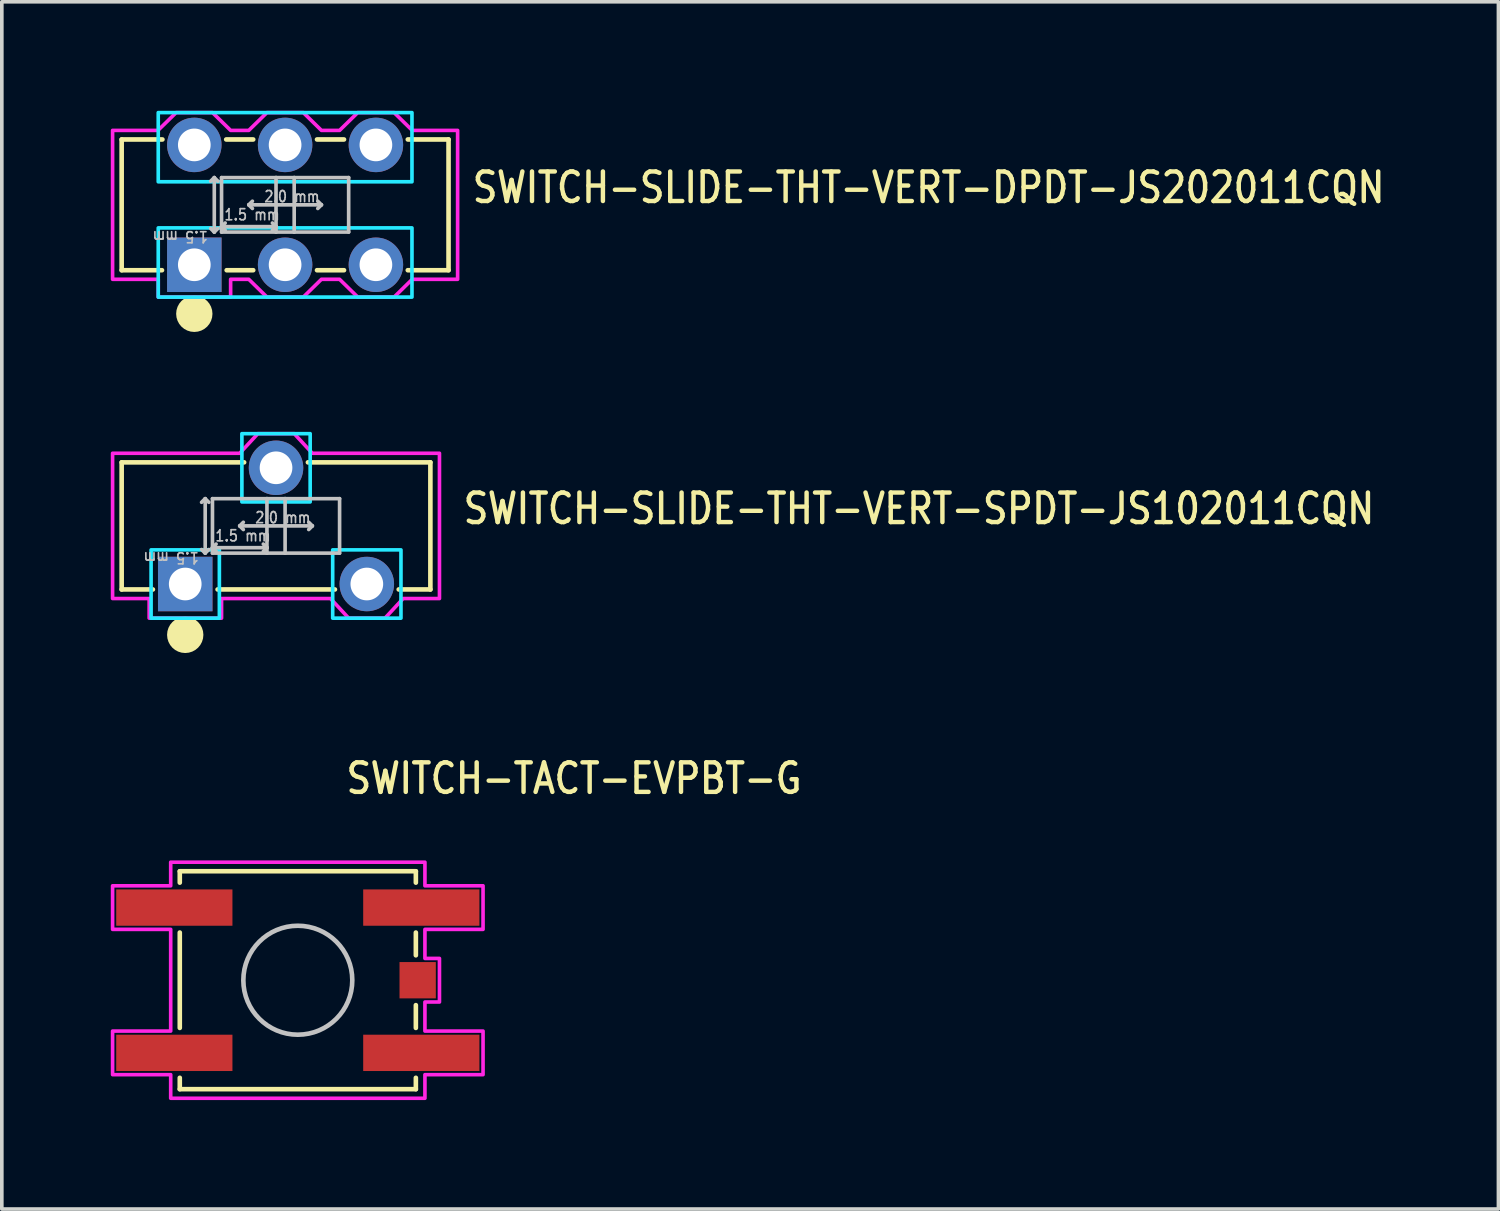
<source format=kicad_pcb>
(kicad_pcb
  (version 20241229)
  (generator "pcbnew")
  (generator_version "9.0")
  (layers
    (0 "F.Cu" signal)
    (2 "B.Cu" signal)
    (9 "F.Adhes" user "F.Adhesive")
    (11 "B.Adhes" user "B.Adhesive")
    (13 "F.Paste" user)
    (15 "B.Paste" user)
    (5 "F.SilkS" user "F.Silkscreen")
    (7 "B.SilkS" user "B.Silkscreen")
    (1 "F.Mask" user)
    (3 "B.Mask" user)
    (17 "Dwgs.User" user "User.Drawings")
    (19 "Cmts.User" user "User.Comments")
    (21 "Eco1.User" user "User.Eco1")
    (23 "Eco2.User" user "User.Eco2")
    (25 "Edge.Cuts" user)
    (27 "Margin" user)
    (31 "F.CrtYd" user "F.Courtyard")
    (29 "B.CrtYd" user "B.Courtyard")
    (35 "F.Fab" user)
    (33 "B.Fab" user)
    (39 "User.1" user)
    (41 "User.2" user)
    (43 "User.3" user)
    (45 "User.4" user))
  (footprint "SWITCH-SLIDE-THT-VERT-DPDT-JS202011CQN"
    (layer "F.Cu")
    (at 4.8 2.59)
    (property "Reference" "SWITCH-SLIDE-THT-VERT-DPDT-JS202011CQN" (at 5.096 0 0) (unlocked yes) (layer "F.SilkS") (effects (font (size 0.813 0.695) (thickness 0.122)) (justify left bottom)))
    (fp_line (start -4.5 -1.8) (end -4.5 1.8) (stroke (width 0.127) (type solid)) (layer "F.SilkS"))
    (fp_line (start -4.5 1.8) (end -3.39 1.8) (stroke (width 0.127) (type solid)) (layer "F.SilkS"))
    (fp_line (start -3.378 -1.8) (end -4.5 -1.8) (stroke (width 0.127) (type solid)) (layer "F.SilkS"))
    (fp_line (start -1.609 1.8) (end -0.878 1.8) (stroke (width 0.127) (type solid)) (layer "F.SilkS"))
    (fp_line (start -0.878 -1.8) (end -1.622 -1.8) (stroke (width 0.127) (type solid)) (layer "F.SilkS"))
    (fp_line (start 1.622 -1.8) (end 0.878 -1.8) (stroke (width 0.127) (type solid)) (layer "F.SilkS"))
    (fp_line (start 1.622 1.8) (end 0.878 1.8) (stroke (width 0.127) (type solid)) (layer "F.SilkS"))
    (fp_line (start 3.378 -1.8) (end 4.5 -1.8) (stroke (width 0.127) (type solid)) (layer "F.SilkS"))
    (fp_line (start 4.5 -1.8) (end 4.5 1.8) (stroke (width 0.127) (type solid)) (layer "F.SilkS"))
    (fp_line (start 4.5 1.8) (end 3.378 1.8) (stroke (width 0.127) (type solid)) (layer "F.SilkS"))
    (fp_circle (center -2.5 3) (end -2.5 3) (stroke (width 0.5) (type solid)) (fill no) (layer "F.SilkS"))
    (fp_line (start -1.95 -0.75) (end -2.05 -0.65) (stroke (width 0.1) (type solid)) (layer "Dwgs.User"))
    (fp_line (start -1.95 -0.75) (end -1.95 0.75) (stroke (width 0.1) (type solid)) (layer "Dwgs.User"))
    (fp_line (start -1.95 0.75) (end -2.05 0.65) (stroke (width 0.1) (type solid)) (layer "Dwgs.User"))
    (fp_line (start -1.95 0.75) (end -1.85 0.65) (stroke (width 0.1) (type solid)) (layer "Dwgs.User"))
    (fp_line (start -1.85 -0.65) (end -1.95 -0.75) (stroke (width 0.1) (type solid)) (layer "Dwgs.User"))
    (fp_line (start -1.75 -0.75) (end -0.25 -0.75) (stroke (width 0.1) (type solid)) (layer "Dwgs.User"))
    (fp_line (start -1.75 0.6) (end -1.75 -0.75) (stroke (width 0.1) (type solid)) (layer "Dwgs.User"))
    (fp_line (start -1.75 0.6) (end -1.65 0.5) (stroke (width 0.1) (type solid)) (layer "Dwgs.User"))
    (fp_line (start -1.75 0.6) (end -1.65 0.7) (stroke (width 0.1) (type solid)) (layer "Dwgs.User"))
    (fp_line (start -1.75 0.6) (end -0.25 0.6) (stroke (width 0.1) (type solid)) (layer "Dwgs.User"))
    (fp_line (start -1.75 0.75) (end -1.75 0.6) (stroke (width 0.1) (type solid)) (layer "Dwgs.User"))
    (fp_line (start -1 0) (end -0.9 -0.1) (stroke (width 0.1) (type solid)) (layer "Dwgs.User"))
    (fp_line (start -1 0) (end -0.9 0.1) (stroke (width 0.1) (type solid)) (layer "Dwgs.User"))
    (fp_line (start -0.25 -0.75) (end -0.25 0.6) (stroke (width 0.1) (type solid)) (layer "Dwgs.User"))
    (fp_line (start -0.25 -0.75) (end 0.25 -0.75) (stroke (width 0.1) (type solid)) (layer "Dwgs.User"))
    (fp_line (start -0.25 0.6) (end -0.35 0.5) (stroke (width 0.1) (type solid)) (layer "Dwgs.User"))
    (fp_line (start -0.25 0.6) (end -0.35 0.7) (stroke (width 0.1) (type solid)) (layer "Dwgs.User"))
    (fp_line (start -0.25 0.6) (end -0.25 0.75) (stroke (width 0.1) (type solid)) (layer "Dwgs.User"))
    (fp_line (start -0.25 0.75) (end -1.75 0.75) (stroke (width 0.1) (type solid)) (layer "Dwgs.User"))
    (fp_line (start 0.25 -0.75) (end 0.25 0.75) (stroke (width 0.1) (type solid)) (layer "Dwgs.User"))
    (fp_line (start 0.25 -0.75) (end 1.75 -0.75) (stroke (width 0.1) (type solid)) (layer "Dwgs.User"))
    (fp_line (start 0.25 0.75) (end -0.25 0.75) (stroke (width 0.1) (type solid)) (layer "Dwgs.User"))
    (fp_line (start 1 0) (end -1 0) (stroke (width 0.1) (type solid)) (layer "Dwgs.User"))
    (fp_line (start 1 0) (end 0.9 -0.1) (stroke (width 0.1) (type solid)) (layer "Dwgs.User"))
    (fp_line (start 1 0) (end 0.9 0.1) (stroke (width 0.1) (type solid)) (layer "Dwgs.User"))
    (fp_line (start 1.75 -0.75) (end 1.75 0.75) (stroke (width 0.1) (type solid)) (layer "Dwgs.User"))
    (fp_line (start 1.75 0.75) (end 0.25 0.75) (stroke (width 0.1) (type solid)) (layer "Dwgs.User"))
    (fp_poly (pts (xy -3.493 -2.54) (xy 3.493 -2.54) (xy 3.493 -0.635) (xy -3.493 -0.635)) (stroke (width 0.1) (type solid)) (fill no) (layer "B.CrtYd"))
    (fp_poly (pts (xy -3.493 0.635) (xy 3.493 0.635) (xy 3.493 2.54) (xy -3.493 2.54)) (stroke (width 0.1) (type solid)) (fill no) (layer "B.CrtYd"))
    (fp_poly (pts (xy -4.75 -2.05) (xy -3.5 -2.05) (xy -3 -2.54) (xy -2 -2.54) (xy -1.5 -2.05) (xy -1 -2.05) (xy -0.5 -2.54) (xy 0.5 -2.54) (xy 1 -2.05) (xy 1.5 -2.05) (xy 2 -2.54) (xy 3 -2.54) (xy 3.5 -2.05) (xy 4.75 -2.05) (xy 4.75 2.05) (xy 3.5 2.05) (xy 3 2.54) (xy 2 2.54) (xy 1.5 2.05) (xy 1 2.05) (xy 0.5 2.54) (xy -0.5 2.54) (xy -1 2.05) (xy -1.5 2.05) (xy -1.5 2.54) (xy -3.493 2.54) (xy -3.493 2.05) (xy -4.75 2.05)) (stroke (width 0.1) (type solid)) (fill no) (layer "F.CrtYd"))
    (fp_text user "1.5 mm" (at -2.1 0.7 180) (unlocked yes) (layer "Dwgs.User") (effects (font (size 0.305 0.261) (thickness 0.046)) (justify left bottom)))
    (fp_text user "2.0 mm" (at -0.6 -0.05 0) (unlocked yes) (layer "Dwgs.User") (effects (font (size 0.305 0.261) (thickness 0.046)) (justify left bottom)))
    (fp_text user "1.5 mm" (at -1.7 0.45 0) (unlocked yes) (layer "Dwgs.User") (effects (font (size 0.305 0.261) (thickness 0.046)) (justify left bottom)))
    (pad "1" thru_hole rect (at -2.5 1.65) (size 1.5 1.5) (drill 0.9) (layers "*.Cu" "*.Mask"))
    (pad "2" thru_hole oval (at 0 1.65) (size 1.5 1.5) (drill 0.9) (layers "*.Cu" "*.Mask"))
    (pad "3" thru_hole oval (at 2.5 1.65) (size 1.5 1.5) (drill 0.9) (layers "*.Cu" "*.Mask"))
    (pad "4" thru_hole oval (at -2.5 -1.65) (size 1.5 1.5) (drill 0.9) (layers "*.Cu" "*.Mask"))
    (pad "5" thru_hole oval (at 0 -1.65) (size 1.5 1.5) (drill 0.9) (layers "*.Cu" "*.Mask"))
    (pad "6" thru_hole oval (at 2.5 -1.65) (size 1.5 1.5) (drill 0.9) (layers "*.Cu" "*.Mask")))
  (footprint "SWITCH-TACT-EVPBT-G"
    (layer "F.Cu")
    (at 5.15 23.939)
    (property "Reference" "SWITCH-TACT-EVPBT-G" (at 1.27 -5.08 0) (unlocked yes) (layer "F.SilkS") (effects (font (size 0.813 0.695) (thickness 0.122)) (justify left bottom)))
    (fp_line (start -3.25 -3) (end -3.25 -2.687) (stroke (width 0.127) (type solid)) (layer "F.SilkS"))
    (fp_line (start -3.25 -3) (end 3.25 -3) (stroke (width 0.127) (type solid)) (layer "F.SilkS"))
    (fp_line (start -3.25 -1.313) (end -3.25 1.313) (stroke (width 0.127) (type solid)) (layer "F.SilkS"))
    (fp_line (start -3.25 3) (end -3.25 2.687) (stroke (width 0.127) (type solid)) (layer "F.SilkS"))
    (fp_line (start 3.25 -3) (end 3.25 -2.687) (stroke (width 0.127) (type solid)) (layer "F.SilkS"))
    (fp_line (start 3.25 -1.313) (end 3.25 -0.686) (stroke (width 0.127) (type solid)) (layer "F.SilkS"))
    (fp_line (start 3.25 1.313) (end 3.25 0.686) (stroke (width 0.127) (type solid)) (layer "F.SilkS"))
    (fp_line (start 3.25 3) (end -3.25 3) (stroke (width 0.127) (type solid)) (layer "F.SilkS"))
    (fp_line (start 3.25 3) (end 3.25 2.687) (stroke (width 0.127) (type solid)) (layer "F.SilkS"))
    (fp_circle (center 0 0) (end 1.5 0) (stroke (width 0.127) (type solid)) (fill no) (layer "Dwgs.User"))
    (fp_poly (pts (xy -5.1 -2.6) (xy -3.5 -2.6) (xy -3.5 -3.25) (xy 3.5 -3.25) (xy 3.5 -2.6) (xy 5.1 -2.6) (xy 5.1 -1.4) (xy 3.5 -1.4) (xy 3.5 -0.6) (xy 3.9 -0.6) (xy 3.9 0.6) (xy 3.5 0.6) (xy 3.5 1.4) (xy 5.1 1.4) (xy 5.1 2.6) (xy 3.5 2.6) (xy 3.5 3.25) (xy -3.5 3.25) (xy -3.5 2.6) (xy -5.1 2.6) (xy -5.1 1.4) (xy -3.5 1.4) (xy -3.5 -1.4) (xy -5.1 -1.4)) (stroke (width 0.1) (type solid)) (fill no) (layer "F.CrtYd"))
    (pad "A" smd rect (at 3.4 2) (size 3.2 1) (layers "F.Cu" "F.Mask" "F.Paste"))
    (pad "A'" smd rect (at -3.4 2) (size 3.2 1) (layers "F.Cu" "F.Mask" "F.Paste"))
    (pad "B" smd rect (at 3.4 -2) (size 3.2 1) (layers "F.Cu" "F.Mask" "F.Paste"))
    (pad "B'" smd rect (at -3.4 -2) (size 3.2 1) (layers "F.Cu" "F.Mask" "F.Paste"))
    (pad "SHELL" smd rect (at 3.3 0) (size 1 1) (layers "F.Cu" "F.Mask" "F.Paste")))
  (footprint "SWITCH-SLIDE-THT-VERT-SPDT-JS102011CQN"
    (layer "F.Cu")
    (at 4.55 11.43)
    (property "Reference" "SWITCH-SLIDE-THT-VERT-SPDT-JS102011CQN" (at 5.096 0 0) (unlocked yes) (layer "F.SilkS") (effects (font (size 0.813 0.695) (thickness 0.122)) (justify left bottom)))
    (fp_line (start -4.25 -1.75) (end -4.25 1.75) (stroke (width 0.127) (type solid)) (layer "F.SilkS"))
    (fp_line (start -4.25 1.75) (end -3.39 1.75) (stroke (width 0.127) (type solid)) (layer "F.SilkS"))
    (fp_line (start -1.609 1.75) (end 1.622 1.75) (stroke (width 0.127) (type solid)) (layer "F.SilkS"))
    (fp_line (start -0.878 -1.75) (end -4.25 -1.75) (stroke (width 0.127) (type solid)) (layer "F.SilkS"))
    (fp_line (start 4.25 -1.75) (end 0.878 -1.75) (stroke (width 0.127) (type solid)) (layer "F.SilkS"))
    (fp_line (start 4.25 -1.75) (end 4.25 1.75) (stroke (width 0.127) (type solid)) (layer "F.SilkS"))
    (fp_line (start 4.25 1.75) (end 3.378 1.75) (stroke (width 0.127) (type solid)) (layer "F.SilkS"))
    (fp_circle (center -2.5 3) (end -2.5 3) (stroke (width 0.5) (type solid)) (fill no) (layer "F.SilkS"))
    (fp_line (start -1.95 -0.75) (end -2.05 -0.65) (stroke (width 0.1) (type solid)) (layer "Dwgs.User"))
    (fp_line (start -1.95 -0.75) (end -1.95 0.75) (stroke (width 0.1) (type solid)) (layer "Dwgs.User"))
    (fp_line (start -1.95 0.75) (end -2.05 0.65) (stroke (width 0.1) (type solid)) (layer "Dwgs.User"))
    (fp_line (start -1.95 0.75) (end -1.85 0.65) (stroke (width 0.1) (type solid)) (layer "Dwgs.User"))
    (fp_line (start -1.85 -0.65) (end -1.95 -0.75) (stroke (width 0.1) (type solid)) (layer "Dwgs.User"))
    (fp_line (start -1.75 -0.75) (end -0.25 -0.75) (stroke (width 0.1) (type solid)) (layer "Dwgs.User"))
    (fp_line (start -1.75 0.6) (end -1.75 -0.75) (stroke (width 0.1) (type solid)) (layer "Dwgs.User"))
    (fp_line (start -1.75 0.6) (end -1.65 0.5) (stroke (width 0.1) (type solid)) (layer "Dwgs.User"))
    (fp_line (start -1.75 0.6) (end -1.65 0.7) (stroke (width 0.1) (type solid)) (layer "Dwgs.User"))
    (fp_line (start -1.75 0.6) (end -0.25 0.6) (stroke (width 0.1) (type solid)) (layer "Dwgs.User"))
    (fp_line (start -1.75 0.75) (end -1.75 0.6) (stroke (width 0.1) (type solid)) (layer "Dwgs.User"))
    (fp_line (start -1 0) (end -0.9 -0.1) (stroke (width 0.1) (type solid)) (layer "Dwgs.User"))
    (fp_line (start -1 0) (end -0.9 0.1) (stroke (width 0.1) (type solid)) (layer "Dwgs.User"))
    (fp_line (start -0.25 -0.75) (end -0.25 0.6) (stroke (width 0.1) (type solid)) (layer "Dwgs.User"))
    (fp_line (start -0.25 -0.75) (end 0.25 -0.75) (stroke (width 0.1) (type solid)) (layer "Dwgs.User"))
    (fp_line (start -0.25 0.6) (end -0.35 0.5) (stroke (width 0.1) (type solid)) (layer "Dwgs.User"))
    (fp_line (start -0.25 0.6) (end -0.35 0.7) (stroke (width 0.1) (type solid)) (layer "Dwgs.User"))
    (fp_line (start -0.25 0.6) (end -0.25 0.75) (stroke (width 0.1) (type solid)) (layer "Dwgs.User"))
    (fp_line (start -0.25 0.75) (end -1.75 0.75) (stroke (width 0.1) (type solid)) (layer "Dwgs.User"))
    (fp_line (start 0.25 -0.75) (end 0.25 0.75) (stroke (width 0.1) (type solid)) (layer "Dwgs.User"))
    (fp_line (start 0.25 -0.75) (end 1.75 -0.75) (stroke (width 0.1) (type solid)) (layer "Dwgs.User"))
    (fp_line (start 0.25 0.75) (end -0.25 0.75) (stroke (width 0.1) (type solid)) (layer "Dwgs.User"))
    (fp_line (start 1 0) (end -1 0) (stroke (width 0.1) (type solid)) (layer "Dwgs.User"))
    (fp_line (start 1 0) (end 0.9 -0.1) (stroke (width 0.1) (type solid)) (layer "Dwgs.User"))
    (fp_line (start 1 0) (end 0.9 0.1) (stroke (width 0.1) (type solid)) (layer "Dwgs.User"))
    (fp_line (start 1.75 -0.75) (end 1.75 0.75) (stroke (width 0.1) (type solid)) (layer "Dwgs.User"))
    (fp_line (start 1.75 0.75) (end 0.25 0.75) (stroke (width 0.1) (type solid)) (layer "Dwgs.User"))
    (fp_poly (pts (xy -3.44 0.66) (xy -1.56 0.66) (xy -1.56 2.54) (xy -3.44 2.54)) (stroke (width 0.1) (type solid)) (fill no) (layer "B.CrtYd"))
    (fp_poly (pts (xy -0.94 -2.54) (xy 0.94 -2.54) (xy 0.94 -0.66) (xy -0.94 -0.66)) (stroke (width 0.1) (type solid)) (fill no) (layer "B.CrtYd"))
    (fp_poly (pts (xy 1.56 0.66) (xy 3.44 0.66) (xy 3.44 2.54) (xy 1.56 2.54)) (stroke (width 0.1) (type solid)) (fill no) (layer "B.CrtYd"))
    (fp_poly (pts (xy -4.5 -2) (xy -1 -2) (xy -0.5 -2.54) (xy 0.5 -2.54) (xy 1 -2) (xy 4.5 -2) (xy 4.5 2) (xy 3.5 2) (xy 3 2.54) (xy 2 2.54) (xy 1.5 2) (xy -1.5 2) (xy -1.5 2.54) (xy -3.493 2.54) (xy -3.493 2) (xy -4.5 2)) (stroke (width 0.1) (type solid)) (fill no) (layer "F.CrtYd"))
    (fp_text user "1.5 mm" (at -1.7 0.45 0) (unlocked yes) (layer "Dwgs.User") (effects (font (size 0.305 0.261) (thickness 0.046)) (justify left bottom)))
    (fp_text user "1.5 mm" (at -2.1 0.7 180) (unlocked yes) (layer "Dwgs.User") (effects (font (size 0.305 0.261) (thickness 0.046)) (justify left bottom)))
    (fp_text user "2.0 mm" (at -0.6 -0.05 0) (unlocked yes) (layer "Dwgs.User") (effects (font (size 0.305 0.261) (thickness 0.046)) (justify left bottom)))
    (pad "1" thru_hole rect (at -2.5 1.6) (size 1.5 1.5) (drill 0.9) (layers "*.Cu" "*.Mask"))
    (pad "2" thru_hole oval (at 0 -1.6) (size 1.5 1.5) (drill 0.9) (layers "*.Cu" "*.Mask"))
    (pad "3" thru_hole oval (at 2.5 1.6) (size 1.5 1.5) (drill 0.9) (layers "*.Cu" "*.Mask")))
  (gr_rect
    (start -3 -3)
    (end 38.207 30.239)
    (stroke (width 0.1) (type default))
    (fill no)
    (layer "Edge.Cuts")))
</source>
